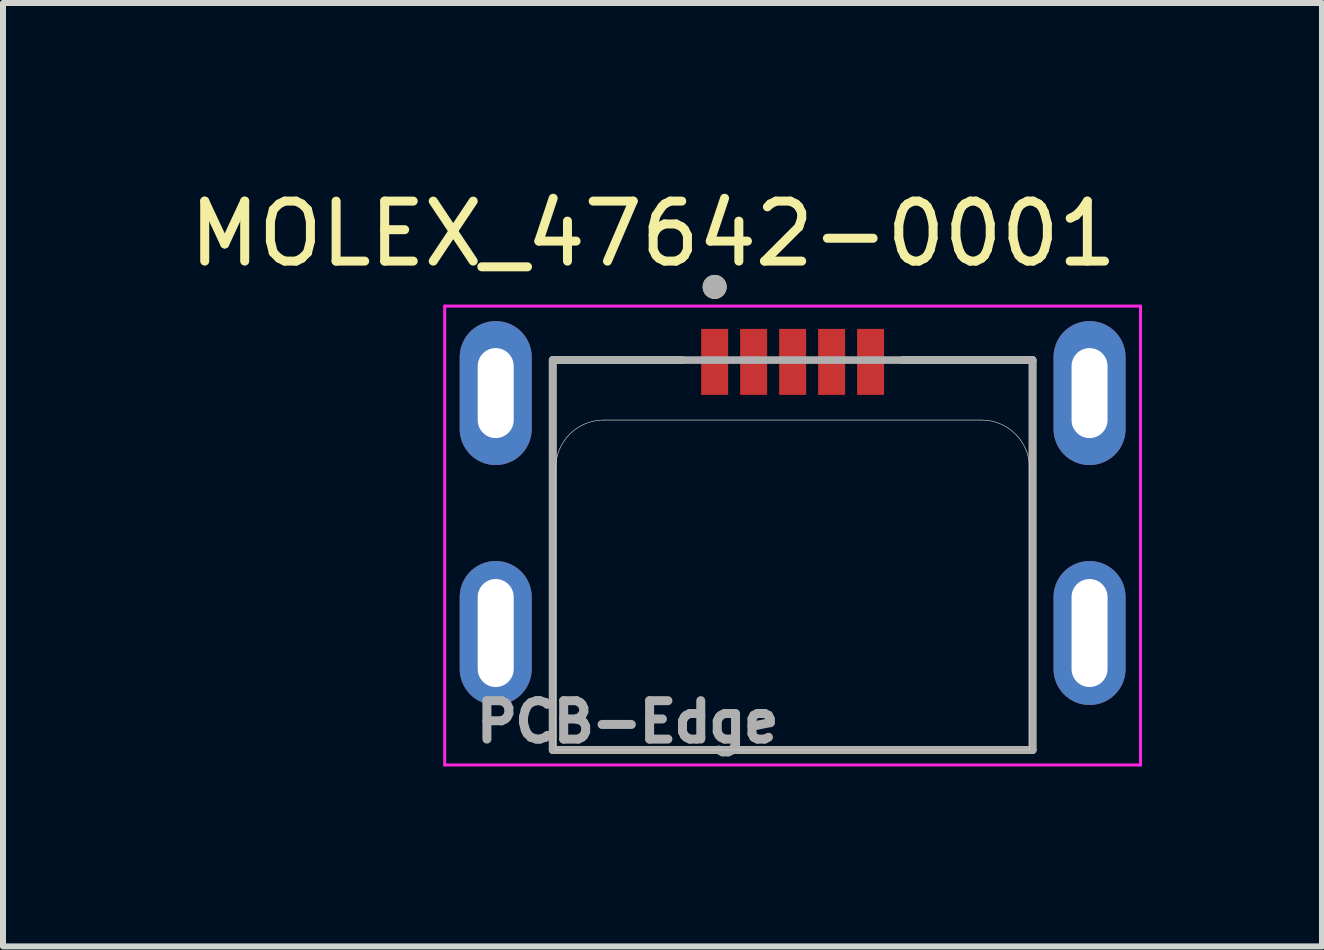
<source format=kicad_pcb>
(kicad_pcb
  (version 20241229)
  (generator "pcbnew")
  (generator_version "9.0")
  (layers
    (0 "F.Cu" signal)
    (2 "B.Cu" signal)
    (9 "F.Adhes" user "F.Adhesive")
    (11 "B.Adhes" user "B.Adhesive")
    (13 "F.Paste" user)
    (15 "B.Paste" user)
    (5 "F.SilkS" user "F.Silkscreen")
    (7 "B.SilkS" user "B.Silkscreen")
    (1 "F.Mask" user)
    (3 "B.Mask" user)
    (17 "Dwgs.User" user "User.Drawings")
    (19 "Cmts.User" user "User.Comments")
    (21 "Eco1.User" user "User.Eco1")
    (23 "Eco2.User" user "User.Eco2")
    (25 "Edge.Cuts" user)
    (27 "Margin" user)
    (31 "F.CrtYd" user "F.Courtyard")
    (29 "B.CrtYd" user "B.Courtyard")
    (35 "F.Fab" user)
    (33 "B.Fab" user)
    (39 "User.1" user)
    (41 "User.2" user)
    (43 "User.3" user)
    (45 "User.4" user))
  (footprint "MOLEX_47642-0001"
    (layer "F.Cu")
    (at 10.164 2.983)
    (property "Reference" "MOLEX_47642-0001" (at -2.325 -2.135 0) (layer "F.SilkS") (effects (font (size 1 1) (thickness 0.15))))
    (attr through_hole)
    (fp_line (start -4 -0.03) (end -4 6.47) (stroke (width 0.127) (type solid)) (layer "F.SilkS"))
    (fp_line (start -4 -0.03) (end -1.84 -0.03) (stroke (width 0.127) (type solid)) (layer "F.SilkS"))
    (fp_line (start -4 6.47) (end 4 6.47) (stroke (width 0.127) (type solid)) (layer "F.SilkS"))
    (fp_line (start 1.84 -0.03) (end 4 -0.03) (stroke (width 0.127) (type solid)) (layer "F.SilkS"))
    (fp_line (start 4 -0.03) (end 4 6.47) (stroke (width 0.127) (type solid)) (layer "F.SilkS"))
    (fp_circle (center -1.3 -1.25) (end -1.2 -1.25) (stroke (width 0.2) (type solid)) (fill no) (layer "F.SilkS"))
    (fp_line (start -3.95 6.47) (end -3.95 1.77) (stroke (width 0.01) (type solid)) (layer "Edge.Cuts"))
    (fp_line (start -3.95 6.47) (end 3.95 6.47) (stroke (width 0.01) (type solid)) (layer "Edge.Cuts"))
    (fp_line (start -3.15 0.97) (end 3.15 0.97) (stroke (width 0.01) (type solid)) (layer "Edge.Cuts"))
    (fp_line (start 3.95 1.77) (end 3.95 6.47) (stroke (width 0.01) (type solid)) (layer "Edge.Cuts"))
    (fp_arc (start -3.95 1.77) (mid -3.715685 1.204315) (end -3.15 0.97) (stroke (width 0.01) (type solid)) (layer "Edge.Cuts"))
    (fp_arc (start 3.15 0.97) (mid 3.715685 1.204315) (end 3.95 1.77) (stroke (width 0.01) (type solid)) (layer "Edge.Cuts"))
    (fp_line (start -5.8 -0.93) (end 5.8 -0.93) (stroke (width 0.05) (type solid)) (layer "F.CrtYd"))
    (fp_line (start -5.8 6.72) (end -5.8 -0.93) (stroke (width 0.05) (type solid)) (layer "F.CrtYd"))
    (fp_line (start 5.8 -0.93) (end 5.8 6.72) (stroke (width 0.05) (type solid)) (layer "F.CrtYd"))
    (fp_line (start 5.8 6.72) (end -5.8 6.72) (stroke (width 0.05) (type solid)) (layer "F.CrtYd"))
    (fp_line (start -4 -0.03) (end -4 6.47) (stroke (width 0.127) (type solid)) (layer "F.Fab"))
    (fp_line (start -4 -0.03) (end 4 -0.03) (stroke (width 0.127) (type solid)) (layer "F.Fab"))
    (fp_line (start -4 6.47) (end 4 6.47) (stroke (width 0.127) (type solid)) (layer "F.Fab"))
    (fp_line (start 4 -0.03) (end 4 6.47) (stroke (width 0.127) (type solid)) (layer "F.Fab"))
    (fp_circle (center -1.3 -1.25) (end -1.2 -1.25) (stroke (width 0.2) (type solid)) (fill no) (layer "F.Fab"))
    (fp_text user "PCB-Edge" (at -2.75 6 0) (layer "F.Fab") (effects (font (size 0.64 0.64) (thickness 0.15))))
    (pad "1" smd rect (at -1.3 0) (size 0.45 1.1) (layers "F.Cu" "F.Mask" "F.Paste"))
    (pad "2" smd rect (at -0.65 0) (size 0.45 1.1) (layers "F.Cu" "F.Mask" "F.Paste"))
    (pad "3" smd rect (at 0 0) (size 0.45 1.1) (layers "F.Cu" "F.Mask" "F.Paste"))
    (pad "4" smd rect (at 0.65 0) (size 0.45 1.1) (layers "F.Cu" "F.Mask" "F.Paste"))
    (pad "5" smd rect (at 1.3 0) (size 0.45 1.1) (layers "F.Cu" "F.Mask" "F.Paste"))
    (pad "S1" thru_hole oval (at -4.95 0.52) (size 1.2 2.4) (drill oval 0.6 1.5) (layers "*.Cu" "*.Mask"))
    (pad "S2" thru_hole oval (at -4.95 4.52) (size 1.2 2.4) (drill oval 0.6 1.8) (layers "*.Cu" "*.Mask"))
    (pad "S3" thru_hole oval (at 4.95 4.52) (size 1.2 2.4) (drill oval 0.6 1.8) (layers "*.Cu" "*.Mask"))
    (pad "S4" thru_hole oval (at 4.95 0.52) (size 1.2 2.4) (drill oval 0.6 1.5) (layers "*.Cu" "*.Mask")))
  (gr_rect
    (start -3 -3)
    (end 18.989 12.728)
    (stroke (width 0.1) (type default))
    (fill no)
    (layer "Edge.Cuts")))
</source>
